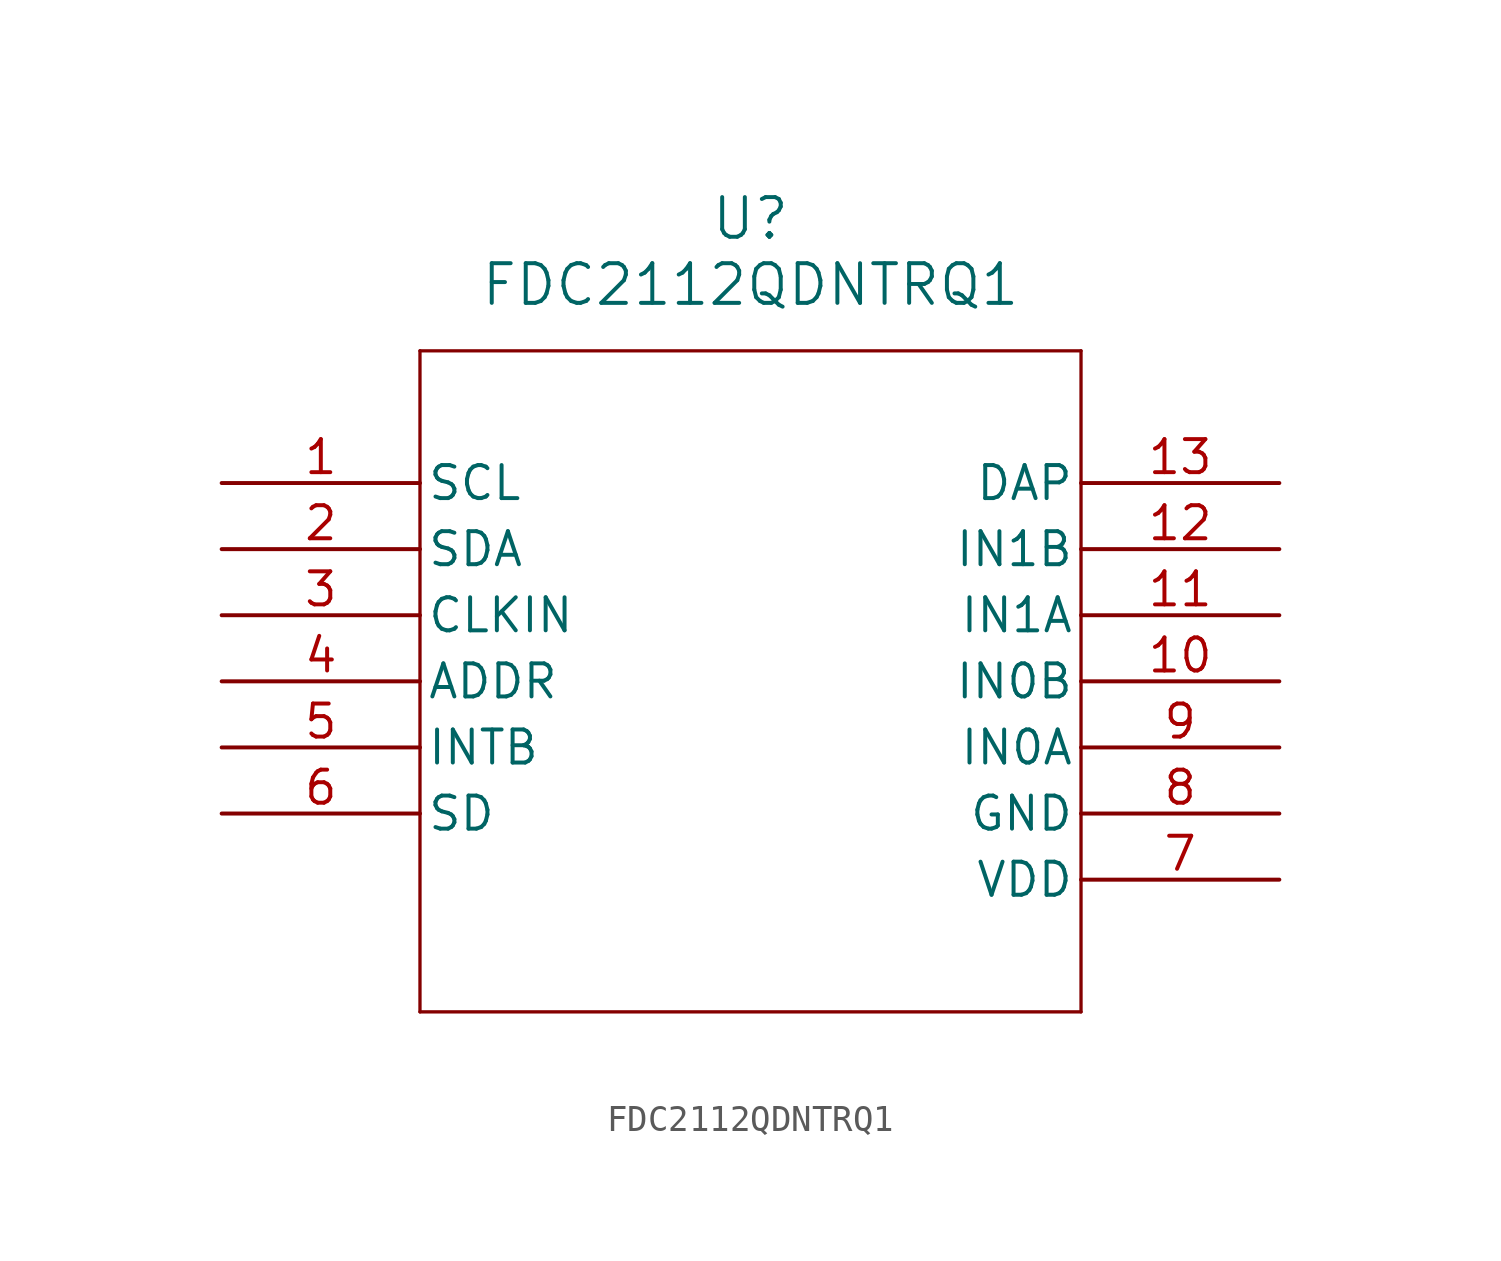
<source format=kicad_sym>
(kicad_symbol_lib
  (version 20211014)
  (generator kicad_symbol_editor)
  (symbol "FDC2112QDNTRQ1"
    (pin_names
      (offset 0.254))
    (property "Reference" "U"
      (at 20.32 10.16 0)
      (effects (font (size 1.524 1.524))))
    (property "Value" "FDC2112QDNTRQ1"
      (at 20.32 7.62 0)
      (effects (font (size 1.524 1.524))))
    (symbol "FDC2112QDNTRQ1_0_1"
      (polyline (pts (xy 7.62 5.08) (xy 7.62 -20.32)) (stroke (width 0.127) (type default) (color 0 0 0 0)) (fill (type none)))
      (polyline (pts (xy 7.62 -20.32) (xy 33.02 -20.32)) (stroke (width 0.127) (type default) (color 0 0 0 0)) (fill (type none)))
      (polyline (pts (xy 33.02 -20.32) (xy 33.02 5.08)) (stroke (width 0.127) (type default) (color 0 0 0 0)) (fill (type none)))
      (polyline (pts (xy 33.02 5.08) (xy 7.62 5.08)) (stroke (width 0.127) (type default) (color 0 0 0 0)) (fill (type none)))
      (pin input line (at 0 0 0) (length 7.62) (name "SCL" (effects (font (size 1.27 1.27)))) (number "1" (effects (font (size 1.27 1.27)))))
      (pin bidirectional line (at 0 -2.54 0) (length 7.62) (name "SDA" (effects (font (size 1.27 1.27)))) (number "2" (effects (font (size 1.27 1.27)))))
      (pin input line (at 0 -5.08 0) (length 7.62) (name "CLKIN" (effects (font (size 1.27 1.27)))) (number "3" (effects (font (size 1.27 1.27)))))
      (pin input line (at 0 -7.62 0) (length 7.62) (name "ADDR" (effects (font (size 1.27 1.27)))) (number "4" (effects (font (size 1.27 1.27)))))
      (pin output line (at 0 -10.16 0) (length 7.62) (name "INTB" (effects (font (size 1.27 1.27)))) (number "5" (effects (font (size 1.27 1.27)))))
      (pin input line (at 0 -12.7 0) (length 7.62) (name "SD" (effects (font (size 1.27 1.27)))) (number "6" (effects (font (size 1.27 1.27)))))
      (pin power_in line (at 40.64 -15.24 180) (length 7.62) (name "VDD" (effects (font (size 1.27 1.27)))) (number "7" (effects (font (size 1.27 1.27)))))
      (pin power_in line (at 40.64 -12.7 180) (length 7.62) (name "GND" (effects (font (size 1.27 1.27)))) (number "8" (effects (font (size 1.27 1.27)))))
      (pin input line (at 40.64 -10.16 180) (length 7.62) (name "IN0A" (effects (font (size 1.27 1.27)))) (number "9" (effects (font (size 1.27 1.27)))))
      (pin input line (at 40.64 -7.62 180) (length 7.62) (name "IN0B" (effects (font (size 1.27 1.27)))) (number "10" (effects (font (size 1.27 1.27)))))
      (pin input line (at 40.64 -5.08 180) (length 7.62) (name "IN1A" (effects (font (size 1.27 1.27)))) (number "11" (effects (font (size 1.27 1.27)))))
      (pin input line (at 40.64 -2.54 180) (length 7.62) (name "IN1B" (effects (font (size 1.27 1.27)))) (number "12" (effects (font (size 1.27 1.27)))))
      (pin power_in line (at 40.64 0 180) (length 7.62) (name "DAP" (effects (font (size 1.27 1.27)))) (number "13" (effects (font (size 1.27 1.27))))))))
</source>
